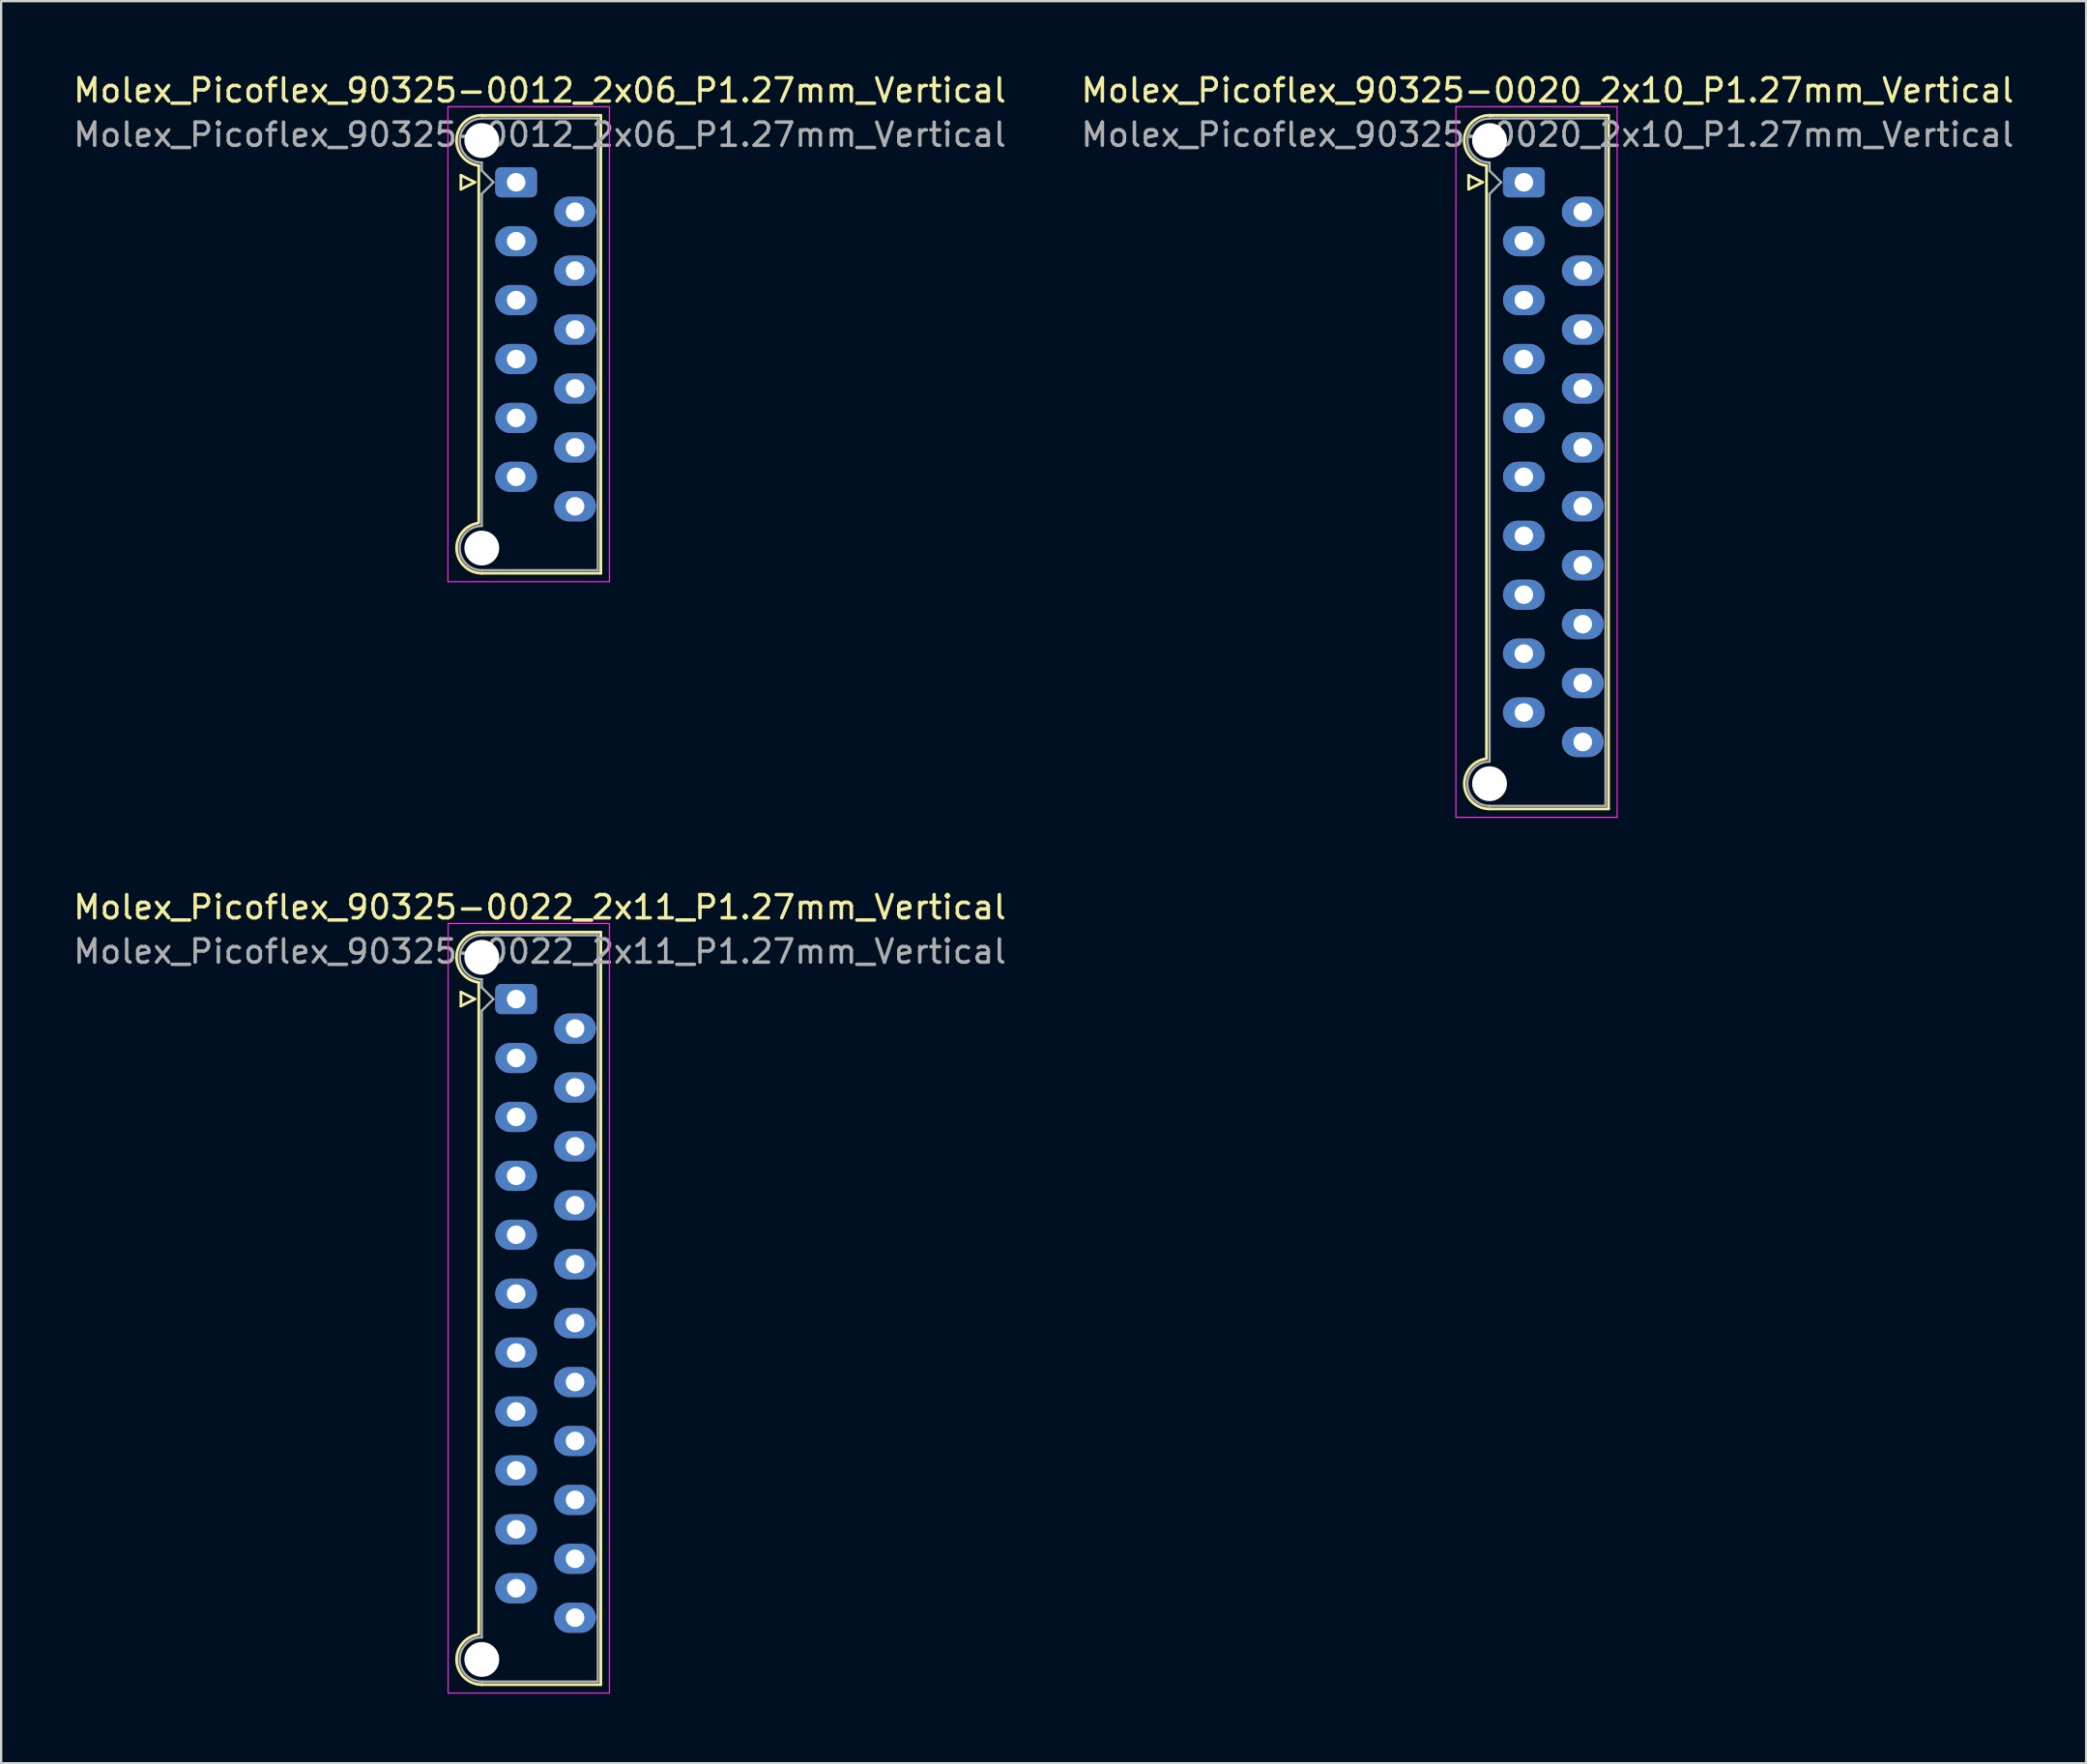
<source format=kicad_pcb>
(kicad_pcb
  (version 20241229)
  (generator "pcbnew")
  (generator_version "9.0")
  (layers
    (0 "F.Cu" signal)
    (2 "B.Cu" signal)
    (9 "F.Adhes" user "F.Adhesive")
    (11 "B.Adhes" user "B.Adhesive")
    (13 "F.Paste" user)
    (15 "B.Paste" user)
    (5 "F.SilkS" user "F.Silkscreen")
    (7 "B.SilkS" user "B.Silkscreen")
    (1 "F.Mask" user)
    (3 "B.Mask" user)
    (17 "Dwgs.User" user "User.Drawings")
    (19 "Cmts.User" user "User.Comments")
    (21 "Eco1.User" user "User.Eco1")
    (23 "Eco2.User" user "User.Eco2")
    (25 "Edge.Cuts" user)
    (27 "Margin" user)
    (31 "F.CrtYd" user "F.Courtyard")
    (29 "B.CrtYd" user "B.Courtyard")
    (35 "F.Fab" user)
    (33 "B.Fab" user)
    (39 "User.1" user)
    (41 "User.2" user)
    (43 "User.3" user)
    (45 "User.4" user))
  (footprint "Molex_Picoflex_90325-0020_2x10_P1.27mm_Vertical"
    (layer "F.Cu")
    (at 62.641 4.808)
    (property "Reference" "Molex_Picoflex_90325-0020_2x10_P1.27mm_Vertical" (at 1.02 -3.96 0) (layer "F.SilkS") (effects (font (size 1 1) (thickness 0.15))))
    (attr through_hole)
    (fp_line (start -2.38 -0.3) (end -2.38 0.3) (stroke (width 0.12) (type solid)) (layer "F.SilkS"))
    (fp_line (start -2.38 0.3) (end -1.78 0) (stroke (width 0.12) (type solid)) (layer "F.SilkS"))
    (fp_line (start -1.78 0) (end -2.38 -0.3) (stroke (width 0.12) (type solid)) (layer "F.SilkS"))
    (fp_line (start -1.61 -0.715) (end -1.61 24.845) (stroke (width 0.12) (type solid)) (layer "F.SilkS"))
    (fp_line (start -1.48 -2.885) (end 3.65 -2.885) (stroke (width 0.12) (type solid)) (layer "F.SilkS"))
    (fp_line (start 3.65 -2.885) (end 3.65 27.015) (stroke (width 0.12) (type solid)) (layer "F.SilkS"))
    (fp_line (start 3.65 27.015) (end -1.48 27.015) (stroke (width 0.12) (type solid)) (layer "F.SilkS"))
    (fp_arc (start -1.61 -0.72) (mid -2.56 -1.93) (end -1.35 -2.88) (stroke (width 0.12) (type solid)) (layer "F.SilkS"))
    (fp_arc (start -1.47 27.015) (mid -2.56 26.034526) (end -1.678256 24.86322) (stroke (width 0.12) (type solid)) (layer "F.SilkS"))
    (fp_line (start -2.93 -3.26) (end -2.93 27.38) (stroke (width 0.05) (type solid)) (layer "F.CrtYd"))
    (fp_line (start -2.93 27.38) (end 4.02 27.38) (stroke (width 0.05) (type solid)) (layer "F.CrtYd"))
    (fp_line (start 4.02 -3.26) (end -2.93 -3.26) (stroke (width 0.05) (type solid)) (layer "F.CrtYd"))
    (fp_line (start 4.02 27.38) (end 4.02 -3.26) (stroke (width 0.05) (type solid)) (layer "F.CrtYd"))
    (fp_line (start -1.48 -2.755) (end 3.52 -2.755) (stroke (width 0.1) (type solid)) (layer "F.Fab"))
    (fp_line (start -1.48 -0.845) (end -1.48 -0.5) (stroke (width 0.1) (type solid)) (layer "F.Fab"))
    (fp_line (start -1.48 -0.5) (end -0.98 0) (stroke (width 0.1) (type solid)) (layer "F.Fab"))
    (fp_line (start -1.48 0.5) (end -1.48 24.975) (stroke (width 0.1) (type solid)) (layer "F.Fab"))
    (fp_line (start -0.98 0) (end -1.48 0.5) (stroke (width 0.1) (type solid)) (layer "F.Fab"))
    (fp_line (start 3.52 -2.755) (end 3.52 26.885) (stroke (width 0.1) (type solid)) (layer "F.Fab"))
    (fp_line (start 3.52 26.885) (end -1.48 26.885) (stroke (width 0.1) (type solid)) (layer "F.Fab"))
    (fp_arc (start -1.48 -0.85) (mid -2.43 -1.8) (end -1.48 -2.75) (stroke (width 0.1) (type solid)) (layer "F.Fab"))
    (fp_arc (start -1.48 26.885) (mid -2.435 25.93) (end -1.48 24.975) (stroke (width 0.1) (type solid)) (layer "F.Fab"))
    (fp_text user "${REFERENCE}" (at 1.02 -2.05 0) (layer "F.Fab") (effects (font (size 1 1) (thickness 0.15))))
    (pad "" np_thru_hole circle (at -1.48 -1.8) (size 1.5 1.5) (drill 1.5) (layers "*.Cu" "*.Mask"))
    (pad "" np_thru_hole circle (at -1.48 25.93) (size 1.5 1.5) (drill 1.5) (layers "*.Cu" "*.Mask"))
    (pad "1" thru_hole roundrect (at 0 0) (size 1.8 1.3) (drill 0.8) (layers "*.Cu" "*.Mask") (roundrect_rratio 0.192))
    (pad "2" thru_hole oval (at 2.54 1.27) (size 1.8 1.3) (drill 0.8) (layers "*.Cu" "*.Mask"))
    (pad "3" thru_hole oval (at 0 2.54) (size 1.8 1.3) (drill 0.8) (layers "*.Cu" "*.Mask"))
    (pad "4" thru_hole oval (at 2.54 3.81) (size 1.8 1.3) (drill 0.8) (layers "*.Cu" "*.Mask"))
    (pad "5" thru_hole oval (at 0 5.08) (size 1.8 1.3) (drill 0.8) (layers "*.Cu" "*.Mask"))
    (pad "6" thru_hole oval (at 2.54 6.35) (size 1.8 1.3) (drill 0.8) (layers "*.Cu" "*.Mask"))
    (pad "7" thru_hole oval (at 0 7.62) (size 1.8 1.3) (drill 0.8) (layers "*.Cu" "*.Mask"))
    (pad "8" thru_hole oval (at 2.54 8.89) (size 1.8 1.3) (drill 0.8) (layers "*.Cu" "*.Mask"))
    (pad "9" thru_hole oval (at 0 10.16) (size 1.8 1.3) (drill 0.8) (layers "*.Cu" "*.Mask"))
    (pad "10" thru_hole oval (at 2.54 11.43) (size 1.8 1.3) (drill 0.8) (layers "*.Cu" "*.Mask"))
    (pad "11" thru_hole oval (at 0 12.7) (size 1.8 1.3) (drill 0.8) (layers "*.Cu" "*.Mask"))
    (pad "12" thru_hole oval (at 2.54 13.97) (size 1.8 1.3) (drill 0.8) (layers "*.Cu" "*.Mask"))
    (pad "13" thru_hole oval (at 0 15.24) (size 1.8 1.3) (drill 0.8) (layers "*.Cu" "*.Mask"))
    (pad "14" thru_hole oval (at 2.54 16.51) (size 1.8 1.3) (drill 0.8) (layers "*.Cu" "*.Mask"))
    (pad "15" thru_hole oval (at 0 17.78) (size 1.8 1.3) (drill 0.8) (layers "*.Cu" "*.Mask"))
    (pad "16" thru_hole oval (at 2.54 19.05) (size 1.8 1.3) (drill 0.8) (layers "*.Cu" "*.Mask"))
    (pad "17" thru_hole oval (at 0 20.32) (size 1.8 1.3) (drill 0.8) (layers "*.Cu" "*.Mask"))
    (pad "18" thru_hole oval (at 2.54 21.59) (size 1.8 1.3) (drill 0.8) (layers "*.Cu" "*.Mask"))
    (pad "19" thru_hole oval (at 0 22.86) (size 1.8 1.3) (drill 0.8) (layers "*.Cu" "*.Mask"))
    (pad "20" thru_hole oval (at 2.54 24.13) (size 1.8 1.3) (drill 0.8) (layers "*.Cu" "*.Mask")))
  (footprint "Molex_Picoflex_90325-0022_2x11_P1.27mm_Vertical"
    (layer "F.Cu")
    (at 19.2 40.022)
    (property "Reference" "Molex_Picoflex_90325-0022_2x11_P1.27mm_Vertical" (at 1.02 -3.96 0) (layer "F.SilkS") (effects (font (size 1 1) (thickness 0.15))))
    (attr through_hole)
    (fp_line (start -2.38 -0.3) (end -2.38 0.3) (stroke (width 0.12) (type solid)) (layer "F.SilkS"))
    (fp_line (start -2.38 0.3) (end -1.78 0) (stroke (width 0.12) (type solid)) (layer "F.SilkS"))
    (fp_line (start -1.78 0) (end -2.38 -0.3) (stroke (width 0.12) (type solid)) (layer "F.SilkS"))
    (fp_line (start -1.61 -0.715) (end -1.61 27.385) (stroke (width 0.12) (type solid)) (layer "F.SilkS"))
    (fp_line (start -1.48 -2.885) (end 3.65 -2.885) (stroke (width 0.12) (type solid)) (layer "F.SilkS"))
    (fp_line (start 3.65 -2.885) (end 3.65 29.555) (stroke (width 0.12) (type solid)) (layer "F.SilkS"))
    (fp_line (start 3.65 29.555) (end -1.48 29.555) (stroke (width 0.12) (type solid)) (layer "F.SilkS"))
    (fp_arc (start -1.61 -0.72) (mid -2.56 -1.93) (end -1.35 -2.88) (stroke (width 0.12) (type solid)) (layer "F.SilkS"))
    (fp_arc (start -1.47 29.555) (mid -2.56 28.574526) (end -1.678256 27.40322) (stroke (width 0.12) (type solid)) (layer "F.SilkS"))
    (fp_line (start -2.93 -3.26) (end -2.93 29.92) (stroke (width 0.05) (type solid)) (layer "F.CrtYd"))
    (fp_line (start -2.93 29.92) (end 4.02 29.92) (stroke (width 0.05) (type solid)) (layer "F.CrtYd"))
    (fp_line (start 4.02 -3.26) (end -2.93 -3.26) (stroke (width 0.05) (type solid)) (layer "F.CrtYd"))
    (fp_line (start 4.02 29.92) (end 4.02 -3.26) (stroke (width 0.05) (type solid)) (layer "F.CrtYd"))
    (fp_line (start -1.48 -2.755) (end 3.52 -2.755) (stroke (width 0.1) (type solid)) (layer "F.Fab"))
    (fp_line (start -1.48 -0.845) (end -1.48 -0.5) (stroke (width 0.1) (type solid)) (layer "F.Fab"))
    (fp_line (start -1.48 -0.5) (end -0.98 0) (stroke (width 0.1) (type solid)) (layer "F.Fab"))
    (fp_line (start -1.48 0.5) (end -1.48 27.515) (stroke (width 0.1) (type solid)) (layer "F.Fab"))
    (fp_line (start -0.98 0) (end -1.48 0.5) (stroke (width 0.1) (type solid)) (layer "F.Fab"))
    (fp_line (start 3.52 -2.755) (end 3.52 29.425) (stroke (width 0.1) (type solid)) (layer "F.Fab"))
    (fp_line (start 3.52 29.425) (end -1.48 29.425) (stroke (width 0.1) (type solid)) (layer "F.Fab"))
    (fp_arc (start -1.48 -0.85) (mid -2.43 -1.8) (end -1.48 -2.75) (stroke (width 0.1) (type solid)) (layer "F.Fab"))
    (fp_arc (start -1.48 29.425) (mid -2.435 28.47) (end -1.48 27.515) (stroke (width 0.1) (type solid)) (layer "F.Fab"))
    (fp_text user "${REFERENCE}" (at 1.02 -2.05 0) (layer "F.Fab") (effects (font (size 1 1) (thickness 0.15))))
    (pad "" np_thru_hole circle (at -1.48 -1.8) (size 1.5 1.5) (drill 1.5) (layers "*.Cu" "*.Mask"))
    (pad "" np_thru_hole circle (at -1.48 28.47) (size 1.5 1.5) (drill 1.5) (layers "*.Cu" "*.Mask"))
    (pad "1" thru_hole roundrect (at 0 0) (size 1.8 1.3) (drill 0.8) (layers "*.Cu" "*.Mask") (roundrect_rratio 0.192))
    (pad "2" thru_hole oval (at 2.54 1.27) (size 1.8 1.3) (drill 0.8) (layers "*.Cu" "*.Mask"))
    (pad "3" thru_hole oval (at 0 2.54) (size 1.8 1.3) (drill 0.8) (layers "*.Cu" "*.Mask"))
    (pad "4" thru_hole oval (at 2.54 3.81) (size 1.8 1.3) (drill 0.8) (layers "*.Cu" "*.Mask"))
    (pad "5" thru_hole oval (at 0 5.08) (size 1.8 1.3) (drill 0.8) (layers "*.Cu" "*.Mask"))
    (pad "6" thru_hole oval (at 2.54 6.35) (size 1.8 1.3) (drill 0.8) (layers "*.Cu" "*.Mask"))
    (pad "7" thru_hole oval (at 0 7.62) (size 1.8 1.3) (drill 0.8) (layers "*.Cu" "*.Mask"))
    (pad "8" thru_hole oval (at 2.54 8.89) (size 1.8 1.3) (drill 0.8) (layers "*.Cu" "*.Mask"))
    (pad "9" thru_hole oval (at 0 10.16) (size 1.8 1.3) (drill 0.8) (layers "*.Cu" "*.Mask"))
    (pad "10" thru_hole oval (at 2.54 11.43) (size 1.8 1.3) (drill 0.8) (layers "*.Cu" "*.Mask"))
    (pad "11" thru_hole oval (at 0 12.7) (size 1.8 1.3) (drill 0.8) (layers "*.Cu" "*.Mask"))
    (pad "12" thru_hole oval (at 2.54 13.97) (size 1.8 1.3) (drill 0.8) (layers "*.Cu" "*.Mask"))
    (pad "13" thru_hole oval (at 0 15.24) (size 1.8 1.3) (drill 0.8) (layers "*.Cu" "*.Mask"))
    (pad "14" thru_hole oval (at 2.54 16.51) (size 1.8 1.3) (drill 0.8) (layers "*.Cu" "*.Mask"))
    (pad "15" thru_hole oval (at 0 17.78) (size 1.8 1.3) (drill 0.8) (layers "*.Cu" "*.Mask"))
    (pad "16" thru_hole oval (at 2.54 19.05) (size 1.8 1.3) (drill 0.8) (layers "*.Cu" "*.Mask"))
    (pad "17" thru_hole oval (at 0 20.32) (size 1.8 1.3) (drill 0.8) (layers "*.Cu" "*.Mask"))
    (pad "18" thru_hole oval (at 2.54 21.59) (size 1.8 1.3) (drill 0.8) (layers "*.Cu" "*.Mask"))
    (pad "19" thru_hole oval (at 0 22.86) (size 1.8 1.3) (drill 0.8) (layers "*.Cu" "*.Mask"))
    (pad "20" thru_hole oval (at 2.54 24.13) (size 1.8 1.3) (drill 0.8) (layers "*.Cu" "*.Mask"))
    (pad "21" thru_hole oval (at 0 25.4) (size 1.8 1.3) (drill 0.8) (layers "*.Cu" "*.Mask"))
    (pad "22" thru_hole oval (at 2.54 26.67) (size 1.8 1.3) (drill 0.8) (layers "*.Cu" "*.Mask")))
  (footprint "Molex_Picoflex_90325-0012_2x06_P1.27mm_Vertical"
    (layer "F.Cu")
    (at 19.2 4.808)
    (property "Reference" "Molex_Picoflex_90325-0012_2x06_P1.27mm_Vertical" (at 1.02 -3.96 0) (layer "F.SilkS") (effects (font (size 1 1) (thickness 0.15))))
    (attr through_hole)
    (fp_line (start -2.38 -0.3) (end -2.38 0.3) (stroke (width 0.12) (type solid)) (layer "F.SilkS"))
    (fp_line (start -2.38 0.3) (end -1.78 0) (stroke (width 0.12) (type solid)) (layer "F.SilkS"))
    (fp_line (start -1.78 0) (end -2.38 -0.3) (stroke (width 0.12) (type solid)) (layer "F.SilkS"))
    (fp_line (start -1.61 -0.715) (end -1.61 14.685) (stroke (width 0.12) (type solid)) (layer "F.SilkS"))
    (fp_line (start -1.48 -2.885) (end 3.65 -2.885) (stroke (width 0.12) (type solid)) (layer "F.SilkS"))
    (fp_line (start 3.65 -2.885) (end 3.65 16.855) (stroke (width 0.12) (type solid)) (layer "F.SilkS"))
    (fp_line (start 3.65 16.855) (end -1.48 16.855) (stroke (width 0.12) (type solid)) (layer "F.SilkS"))
    (fp_arc (start -1.61 -0.72) (mid -2.56 -1.93) (end -1.35 -2.88) (stroke (width 0.12) (type solid)) (layer "F.SilkS"))
    (fp_arc (start -1.47 16.855) (mid -2.56 15.874526) (end -1.678256 14.70322) (stroke (width 0.12) (type solid)) (layer "F.SilkS"))
    (fp_line (start -2.94 -3.26) (end -2.94 17.22) (stroke (width 0.05) (type solid)) (layer "F.CrtYd"))
    (fp_line (start -2.94 17.22) (end 4.02 17.22) (stroke (width 0.05) (type solid)) (layer "F.CrtYd"))
    (fp_line (start 4.02 -3.26) (end -2.94 -3.26) (stroke (width 0.05) (type solid)) (layer "F.CrtYd"))
    (fp_line (start 4.02 17.22) (end 4.02 -3.26) (stroke (width 0.05) (type solid)) (layer "F.CrtYd"))
    (fp_line (start -1.48 -2.755) (end 3.52 -2.755) (stroke (width 0.1) (type solid)) (layer "F.Fab"))
    (fp_line (start -1.48 -0.845) (end -1.48 -0.5) (stroke (width 0.1) (type solid)) (layer "F.Fab"))
    (fp_line (start -1.48 -0.5) (end -0.98 0) (stroke (width 0.1) (type solid)) (layer "F.Fab"))
    (fp_line (start -1.48 0.5) (end -1.48 14.815) (stroke (width 0.1) (type solid)) (layer "F.Fab"))
    (fp_line (start -0.98 0) (end -1.48 0.5) (stroke (width 0.1) (type solid)) (layer "F.Fab"))
    (fp_line (start 3.52 -2.755) (end 3.52 16.725) (stroke (width 0.1) (type solid)) (layer "F.Fab"))
    (fp_line (start 3.52 16.725) (end -1.48 16.725) (stroke (width 0.1) (type solid)) (layer "F.Fab"))
    (fp_arc (start -1.48 -0.85) (mid -2.43 -1.8) (end -1.48 -2.75) (stroke (width 0.1) (type solid)) (layer "F.Fab"))
    (fp_arc (start -1.48 16.725) (mid -2.435 15.77) (end -1.48 14.815) (stroke (width 0.1) (type solid)) (layer "F.Fab"))
    (fp_text user "${REFERENCE}" (at 1.02 -2.05 0) (layer "F.Fab") (effects (font (size 1 1) (thickness 0.15))))
    (pad "" np_thru_hole circle (at -1.48 -1.8) (size 1.5 1.5) (drill 1.5) (layers "*.Cu" "*.Mask"))
    (pad "" np_thru_hole circle (at -1.48 15.77) (size 1.5 1.5) (drill 1.5) (layers "*.Cu" "*.Mask"))
    (pad "1" thru_hole roundrect (at 0 0) (size 1.8 1.3) (drill 0.8) (layers "*.Cu" "*.Mask") (roundrect_rratio 0.192))
    (pad "2" thru_hole oval (at 2.54 1.27) (size 1.8 1.3) (drill 0.8) (layers "*.Cu" "*.Mask"))
    (pad "3" thru_hole oval (at 0 2.54) (size 1.8 1.3) (drill 0.8) (layers "*.Cu" "*.Mask"))
    (pad "4" thru_hole oval (at 2.54 3.81) (size 1.8 1.3) (drill 0.8) (layers "*.Cu" "*.Mask"))
    (pad "5" thru_hole oval (at 0 5.08) (size 1.8 1.3) (drill 0.8) (layers "*.Cu" "*.Mask"))
    (pad "6" thru_hole oval (at 2.54 6.35) (size 1.8 1.3) (drill 0.8) (layers "*.Cu" "*.Mask"))
    (pad "7" thru_hole oval (at 0 7.62) (size 1.8 1.3) (drill 0.8) (layers "*.Cu" "*.Mask"))
    (pad "8" thru_hole oval (at 2.54 8.89) (size 1.8 1.3) (drill 0.8) (layers "*.Cu" "*.Mask"))
    (pad "9" thru_hole oval (at 0 10.16) (size 1.8 1.3) (drill 0.8) (layers "*.Cu" "*.Mask"))
    (pad "10" thru_hole oval (at 2.54 11.43) (size 1.8 1.3) (drill 0.8) (layers "*.Cu" "*.Mask"))
    (pad "11" thru_hole oval (at 0 12.7) (size 1.8 1.3) (drill 0.8) (layers "*.Cu" "*.Mask"))
    (pad "12" thru_hole oval (at 2.54 13.97) (size 1.8 1.3) (drill 0.8) (layers "*.Cu" "*.Mask")))
  (gr_rect
    (start -3 -3)
    (end 86.881 72.966)
    (stroke (width 0.1) (type default))
    (fill no)
    (layer "Edge.Cuts")))
</source>
